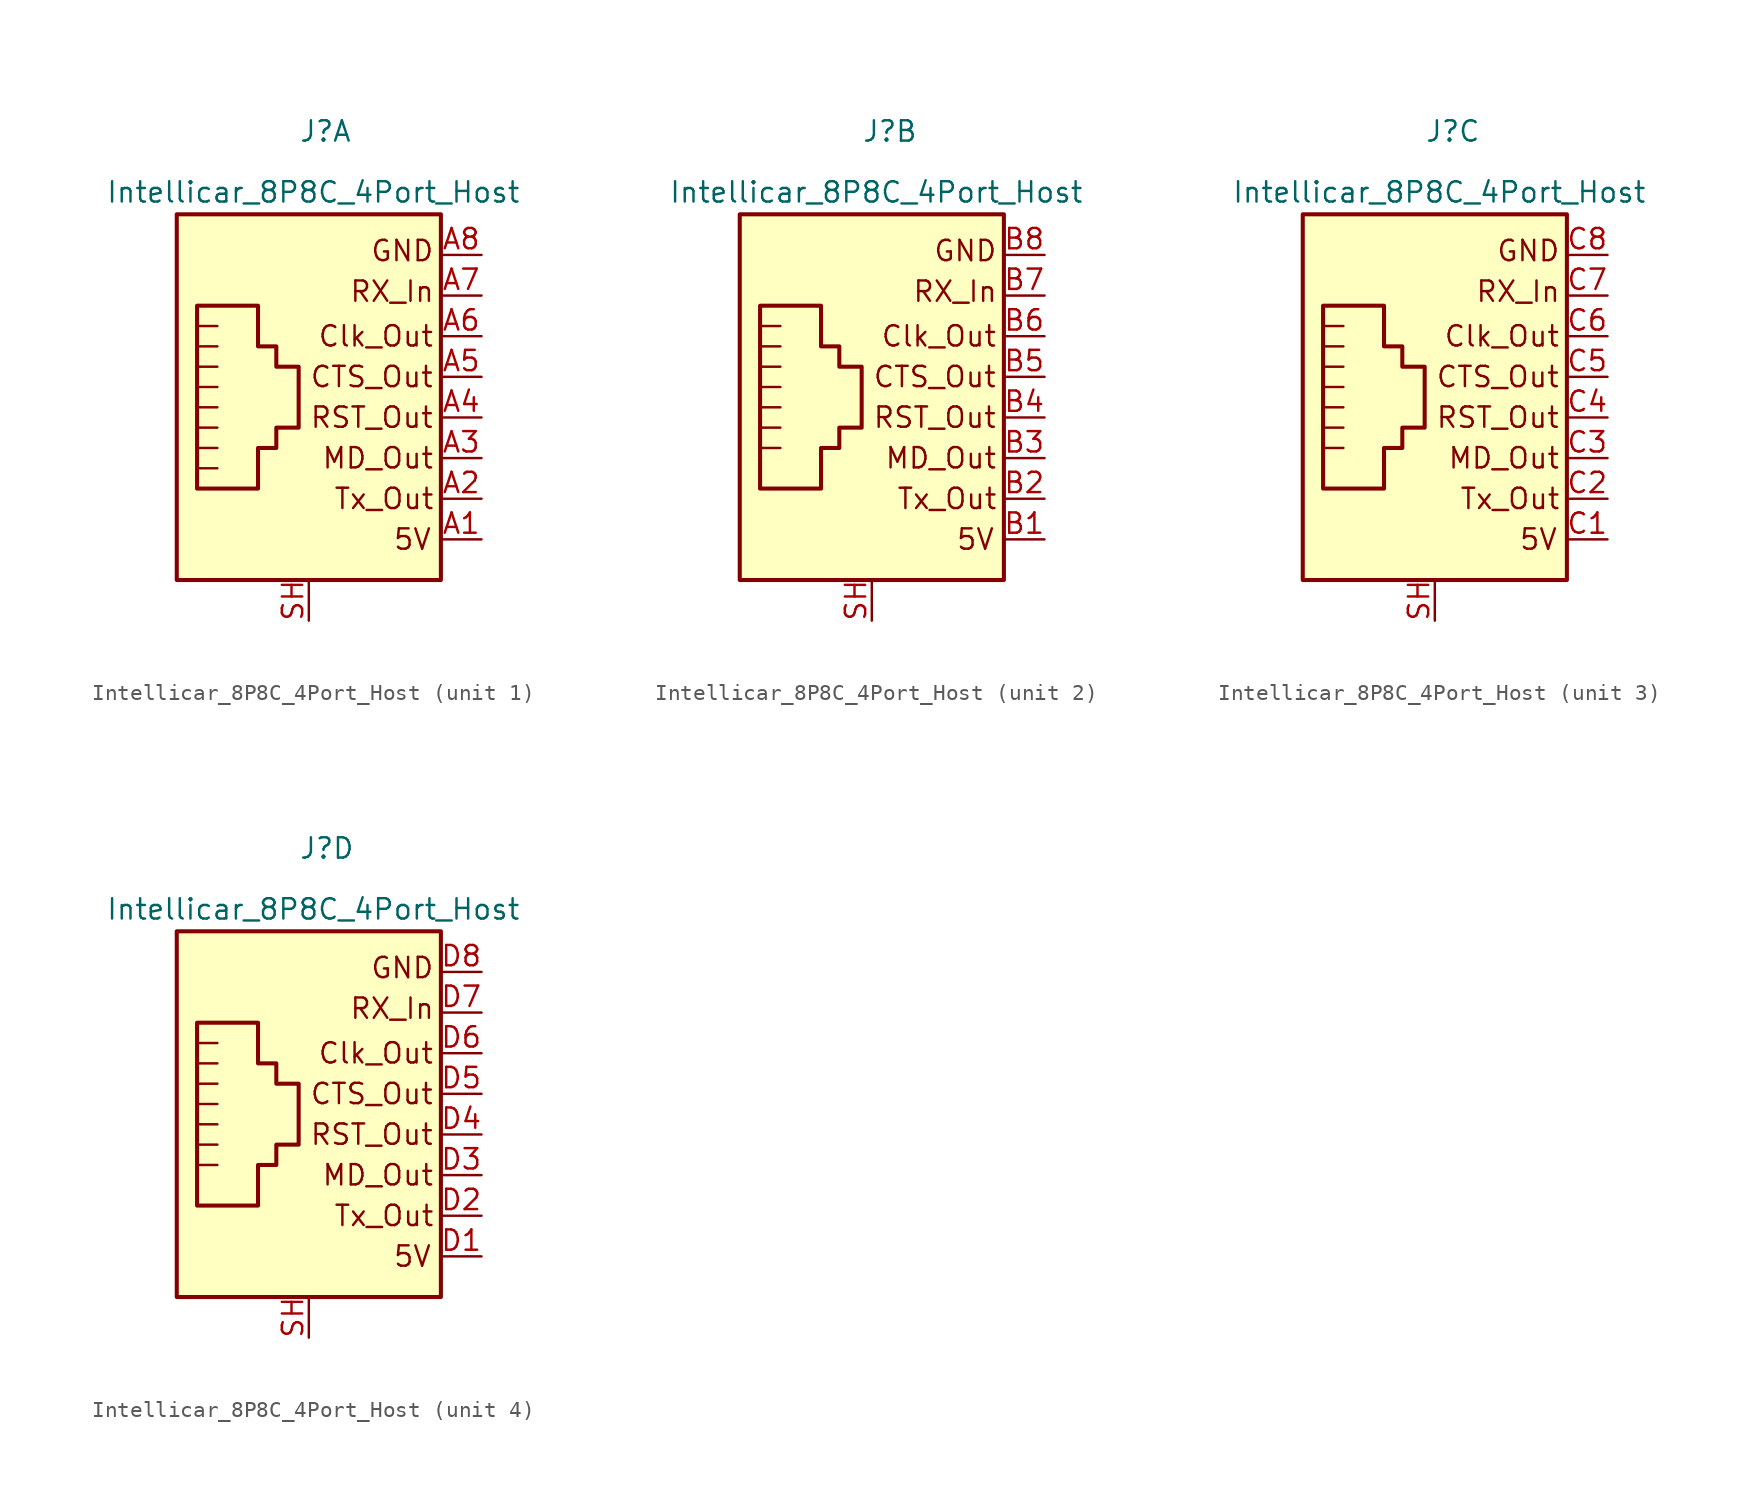
<source format=kicad_sym>
(kicad_symbol_lib
  (version 20211014)
  (generator kicad_symbol_editor)
  (symbol "Intellicar_8P8C_4Port_Host"
    (pin_names
      (offset 1.016) hide)
    (property "Reference" "J"
      (at -0.635 15.875 0)
      (effects (font (size 1.27 1.27)) (justify left bottom)))
    (property "Value" "Intellicar_8P8C_4Port_Host"
      (at -12.7 12.065 0)
      (effects (font (size 1.27 1.27)) (justify left bottom)))
    (symbol "Intellicar_8P8C_4Port_Host_0_0"
      (polyline (pts (xy -3.175 5.715) (xy -3.175 3.175) (xy -2.032 3.175) (xy -2.032 1.905) (xy -0.635 1.905) (xy -0.635 -1.905) (xy -2.032 -1.905) (xy -2.032 -3.175) (xy -3.175 -3.175) (xy -3.175 -5.715) (xy -6.985 -5.715) (xy -6.985 5.715) (xy -3.175 5.715)) (stroke (width 0.254) (type default) (color 0 0 0 0)) (fill (type none)))
      (text "5V" (at 6.477 -8.89 0) (effects (font (size 1.27 1.27))))
      (text "Clk_Out" (at 4.191 3.81 0) (effects (font (size 1.27 1.27))))
      (text "CTS_Out" (at 3.937 1.27 0) (effects (font (size 1.27 1.27))))
      (text "GND" (at 5.842 9.144 0) (effects (font (size 1.27 1.27))))
      (text "MD_Out" (at 4.318 -3.81 0) (effects (font (size 1.27 1.27))))
      (text "RST_Out" (at 3.937 -1.27 0) (effects (font (size 1.27 1.27))))
      (text "RX_In" (at 5.207 6.604 0) (effects (font (size 1.27 1.27))))
      (text "Tx_Out" (at 4.699 -6.35 0) (effects (font (size 1.27 1.27)))))
    (symbol "Intellicar_8P8C_4Port_Host_0_1"
      (rectangle (start 8.255 11.43) (end -8.255 -11.43) (stroke (width 0.254) (type default) (color 0 0 0 0)) (fill (type background)))
      (pin passive line (at 0 -13.97 90) (length 2.54) (name "~" (effects (font (size 1.27 1.27)))) (number "SH" (effects (font (size 1.27 1.27))))))
    (symbol "Intellicar_8P8C_4Port_Host_1_1"
      (polyline (pts (xy -5.715 3.175) (xy -6.985 3.175)) (stroke (width 0) (type default) (color 0 0 0 0)) (fill (type none)))
      (polyline (pts (xy -5.715 4.445) (xy -6.985 4.445)) (stroke (width 0) (type default) (color 0 0 0 0)) (fill (type none)))
      (polyline (pts (xy -6.985 -4.445) (xy -5.715 -4.445) (xy -5.715 -4.445)) (stroke (width 0) (type default) (color 0 0 0 0)) (fill (type none)))
      (polyline (pts (xy -6.985 -3.175) (xy -5.715 -3.175) (xy -5.715 -3.175)) (stroke (width 0) (type default) (color 0 0 0 0)) (fill (type none)))
      (polyline (pts (xy -6.985 -1.905) (xy -5.715 -1.905) (xy -5.715 -1.905)) (stroke (width 0) (type default) (color 0 0 0 0)) (fill (type none)))
      (polyline (pts (xy -6.985 -0.635) (xy -5.715 -0.635) (xy -5.715 -0.635)) (stroke (width 0) (type default) (color 0 0 0 0)) (fill (type none)))
      (polyline (pts (xy -6.985 0.635) (xy -5.715 0.635) (xy -5.715 0.635)) (stroke (width 0) (type default) (color 0 0 0 0)) (fill (type none)))
      (polyline (pts (xy -5.715 1.905) (xy -6.985 1.905) (xy -6.985 1.905)) (stroke (width 0) (type default) (color 0 0 0 0)) (fill (type none)))
      (pin passive line (at 10.795 -8.89 180) (length 2.54) (name "5V" (effects (font (size 1.27 1.27)))) (number "A1" (effects (font (size 1.27 1.27)))))
      (pin passive line (at 10.795 -6.35 180) (length 2.54) (name "TX_Out" (effects (font (size 1.27 1.27)))) (number "A2" (effects (font (size 1.27 1.27)))))
      (pin passive line (at 10.795 -3.81 180) (length 2.54) (name "MD_Out" (effects (font (size 1.27 1.27)))) (number "A3" (effects (font (size 1.27 1.27)))))
      (pin passive line (at 10.795 -1.27 180) (length 2.54) (name "RST_Out" (effects (font (size 1.27 1.27)))) (number "A4" (effects (font (size 1.27 1.27)))))
      (pin passive line (at 10.795 1.27 180) (length 2.54) (name "CTS_Out" (effects (font (size 1.27 1.27)))) (number "A5" (effects (font (size 1.27 1.27)))))
      (pin passive line (at 10.795 3.81 180) (length 2.54) (name "Capture_Clk_Out" (effects (font (size 1.27 1.27)))) (number "A6" (effects (font (size 1.27 1.27)))))
      (pin passive line (at 10.795 6.35 180) (length 2.54) (name "RX_In" (effects (font (size 1.27 1.27)))) (number "A7" (effects (font (size 1.27 1.27)))))
      (pin passive line (at 10.795 8.89 180) (length 2.54) (name "GND" (effects (font (size 1.27 1.27)))) (number "A8" (effects (font (size 1.27 1.27))))))
    (symbol "Intellicar_8P8C_4Port_Host_2_1"
      (polyline (pts (xy -5.715 4.445) (xy -6.985 4.445)) (stroke (width 0) (type default) (color 0 0 0 0)) (fill (type none)))
      (polyline (pts (xy -5.715 5.715) (xy -6.985 5.715)) (stroke (width 0) (type default) (color 0 0 0 0)) (fill (type none)))
      (polyline (pts (xy -6.985 -3.175) (xy -5.715 -3.175) (xy -5.715 -3.175)) (stroke (width 0) (type default) (color 0 0 0 0)) (fill (type none)))
      (polyline (pts (xy -6.985 -1.905) (xy -5.715 -1.905) (xy -5.715 -1.905)) (stroke (width 0) (type default) (color 0 0 0 0)) (fill (type none)))
      (polyline (pts (xy -6.985 -0.635) (xy -5.715 -0.635) (xy -5.715 -0.635)) (stroke (width 0) (type default) (color 0 0 0 0)) (fill (type none)))
      (polyline (pts (xy -6.985 0.635) (xy -5.715 0.635) (xy -5.715 0.635)) (stroke (width 0) (type default) (color 0 0 0 0)) (fill (type none)))
      (polyline (pts (xy -6.985 1.905) (xy -5.715 1.905) (xy -5.715 1.905)) (stroke (width 0) (type default) (color 0 0 0 0)) (fill (type none)))
      (polyline (pts (xy -5.715 3.175) (xy -6.985 3.175) (xy -6.985 3.175)) (stroke (width 0) (type default) (color 0 0 0 0)) (fill (type none)))
      (pin passive line (at 10.795 -8.89 180) (length 2.54) (name "5V" (effects (font (size 1.27 1.27)))) (number "B1" (effects (font (size 1.27 1.27)))))
      (pin passive line (at 10.795 -6.35 180) (length 2.54) (name "TX_Out" (effects (font (size 1.27 1.27)))) (number "B2" (effects (font (size 1.27 1.27)))))
      (pin passive line (at 10.795 -3.81 180) (length 2.54) (name "MD_Out" (effects (font (size 1.27 1.27)))) (number "B3" (effects (font (size 1.27 1.27)))))
      (pin passive line (at 10.795 -1.27 180) (length 2.54) (name "~" (effects (font (size 1.27 1.27)))) (number "B4" (effects (font (size 1.27 1.27)))))
      (pin passive line (at 10.795 1.27 180) (length 2.54) (name "~" (effects (font (size 1.27 1.27)))) (number "B5" (effects (font (size 1.27 1.27)))))
      (pin passive line (at 10.795 3.81 180) (length 2.54) (name "~" (effects (font (size 1.27 1.27)))) (number "B6" (effects (font (size 1.27 1.27)))))
      (pin passive line (at 10.795 6.35 180) (length 2.54) (name "~" (effects (font (size 1.27 1.27)))) (number "B7" (effects (font (size 1.27 1.27)))))
      (pin passive line (at 10.795 8.89 180) (length 2.54) (name "~" (effects (font (size 1.27 1.27)))) (number "B8" (effects (font (size 1.27 1.27))))))
    (symbol "Intellicar_8P8C_4Port_Host_3_1"
      (polyline (pts (xy -5.715 4.445) (xy -6.985 4.445)) (stroke (width 0) (type default) (color 0 0 0 0)) (fill (type none)))
      (polyline (pts (xy -5.715 5.715) (xy -6.985 5.715)) (stroke (width 0) (type default) (color 0 0 0 0)) (fill (type none)))
      (polyline (pts (xy -6.985 -3.175) (xy -5.715 -3.175) (xy -5.715 -3.175)) (stroke (width 0) (type default) (color 0 0 0 0)) (fill (type none)))
      (polyline (pts (xy -6.985 -1.905) (xy -5.715 -1.905) (xy -5.715 -1.905)) (stroke (width 0) (type default) (color 0 0 0 0)) (fill (type none)))
      (polyline (pts (xy -6.985 -0.635) (xy -5.715 -0.635) (xy -5.715 -0.635)) (stroke (width 0) (type default) (color 0 0 0 0)) (fill (type none)))
      (polyline (pts (xy -6.985 0.635) (xy -5.715 0.635) (xy -5.715 0.635)) (stroke (width 0) (type default) (color 0 0 0 0)) (fill (type none)))
      (polyline (pts (xy -6.985 1.905) (xy -5.715 1.905) (xy -5.715 1.905)) (stroke (width 0) (type default) (color 0 0 0 0)) (fill (type none)))
      (polyline (pts (xy -5.715 3.175) (xy -6.985 3.175) (xy -6.985 3.175)) (stroke (width 0) (type default) (color 0 0 0 0)) (fill (type none)))
      (pin passive line (at 10.795 -8.89 180) (length 2.54) (name "~" (effects (font (size 1.27 1.27)))) (number "C1" (effects (font (size 1.27 1.27)))))
      (pin passive line (at 10.795 -6.35 180) (length 2.54) (name "~" (effects (font (size 1.27 1.27)))) (number "C2" (effects (font (size 1.27 1.27)))))
      (pin passive line (at 10.795 -3.81 180) (length 2.54) (name "~" (effects (font (size 1.27 1.27)))) (number "C3" (effects (font (size 1.27 1.27)))))
      (pin passive line (at 10.795 -1.27 180) (length 2.54) (name "~" (effects (font (size 1.27 1.27)))) (number "C4" (effects (font (size 1.27 1.27)))))
      (pin passive line (at 10.795 1.27 180) (length 2.54) (name "~" (effects (font (size 1.27 1.27)))) (number "C5" (effects (font (size 1.27 1.27)))))
      (pin passive line (at 10.795 3.81 180) (length 2.54) (name "~" (effects (font (size 1.27 1.27)))) (number "C6" (effects (font (size 1.27 1.27)))))
      (pin passive line (at 10.795 6.35 180) (length 2.54) (name "~" (effects (font (size 1.27 1.27)))) (number "C7" (effects (font (size 1.27 1.27)))))
      (pin passive line (at 10.795 8.89 180) (length 2.54) (name "~" (effects (font (size 1.27 1.27)))) (number "C8" (effects (font (size 1.27 1.27))))))
    (symbol "Intellicar_8P8C_4Port_Host_4_1"
      (polyline (pts (xy -5.715 4.445) (xy -6.985 4.445)) (stroke (width 0) (type default) (color 0 0 0 0)) (fill (type none)))
      (polyline (pts (xy -5.715 5.715) (xy -6.985 5.715)) (stroke (width 0) (type default) (color 0 0 0 0)) (fill (type none)))
      (polyline (pts (xy -6.985 -3.175) (xy -5.715 -3.175) (xy -5.715 -3.175)) (stroke (width 0) (type default) (color 0 0 0 0)) (fill (type none)))
      (polyline (pts (xy -6.985 -1.905) (xy -5.715 -1.905) (xy -5.715 -1.905)) (stroke (width 0) (type default) (color 0 0 0 0)) (fill (type none)))
      (polyline (pts (xy -6.985 -0.635) (xy -5.715 -0.635) (xy -5.715 -0.635)) (stroke (width 0) (type default) (color 0 0 0 0)) (fill (type none)))
      (polyline (pts (xy -6.985 0.635) (xy -5.715 0.635) (xy -5.715 0.635)) (stroke (width 0) (type default) (color 0 0 0 0)) (fill (type none)))
      (polyline (pts (xy -6.985 1.905) (xy -5.715 1.905) (xy -5.715 1.905)) (stroke (width 0) (type default) (color 0 0 0 0)) (fill (type none)))
      (polyline (pts (xy -5.715 3.175) (xy -6.985 3.175) (xy -6.985 3.175)) (stroke (width 0) (type default) (color 0 0 0 0)) (fill (type none)))
      (pin passive line (at 10.795 -8.89 180) (length 2.54) (name "~" (effects (font (size 1.27 1.27)))) (number "D1" (effects (font (size 1.27 1.27)))))
      (pin passive line (at 10.795 -6.35 180) (length 2.54) (name "~" (effects (font (size 1.27 1.27)))) (number "D2" (effects (font (size 1.27 1.27)))))
      (pin passive line (at 10.795 -3.81 180) (length 2.54) (name "~" (effects (font (size 1.27 1.27)))) (number "D3" (effects (font (size 1.27 1.27)))))
      (pin passive line (at 10.795 -1.27 180) (length 2.54) (name "~" (effects (font (size 1.27 1.27)))) (number "D4" (effects (font (size 1.27 1.27)))))
      (pin passive line (at 10.795 1.27 180) (length 2.54) (name "~" (effects (font (size 1.27 1.27)))) (number "D5" (effects (font (size 1.27 1.27)))))
      (pin passive line (at 10.795 3.81 180) (length 2.54) (name "~" (effects (font (size 1.27 1.27)))) (number "D6" (effects (font (size 1.27 1.27)))))
      (pin passive line (at 10.795 6.35 180) (length 2.54) (name "~" (effects (font (size 1.27 1.27)))) (number "D7" (effects (font (size 1.27 1.27)))))
      (pin passive line (at 10.795 8.89 180) (length 2.54) (name "~" (effects (font (size 1.27 1.27)))) (number "D8" (effects (font (size 1.27 1.27))))))))
</source>
